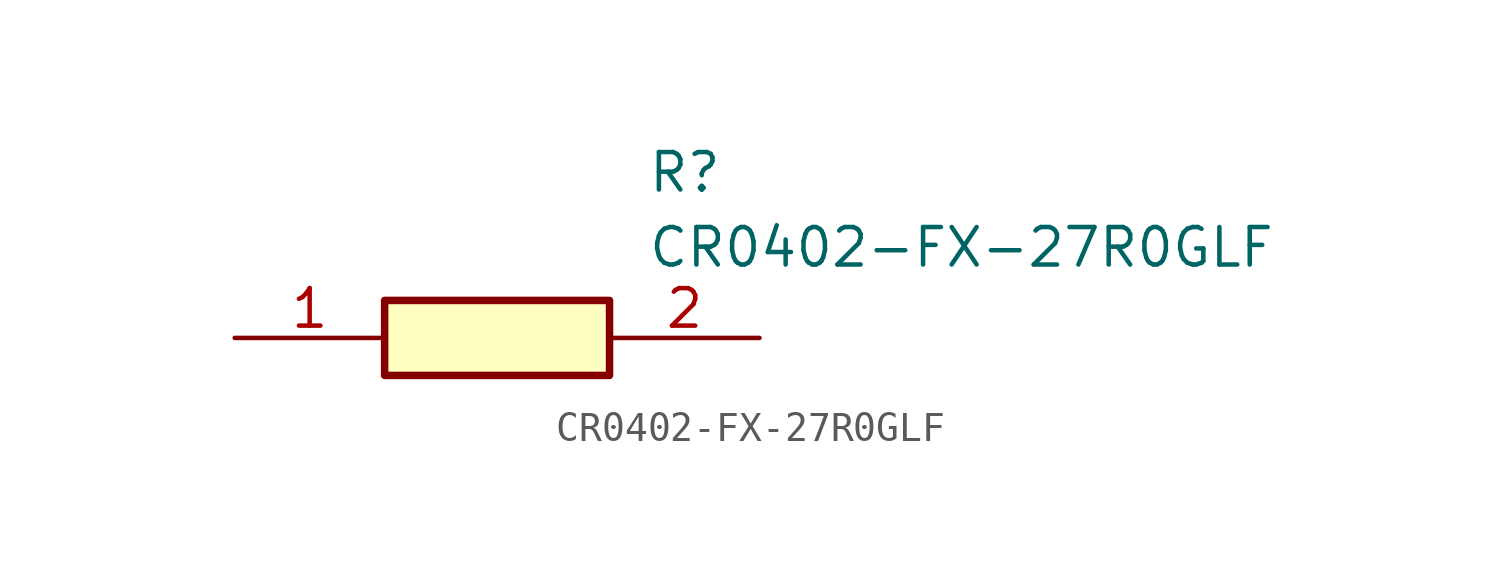
<source format=kicad_sym>
(kicad_symbol_lib
  (version 20211014)
  (generator SamacSys_ECAD_Model)
  (symbol "CR0402-FX-27R0GLF"
    (pin_names hide)
    (property "Reference" "R"
      (at 13.97 6.35 0)
      (effects (font (size 1.27 1.27)) (justify left top)))
    (property "Value" "CR0402-FX-27R0GLF"
      (at 13.97 3.81 0)
      (effects (font (size 1.27 1.27)) (justify left top)))
    (rectangle
      (start 5.08 1.27)
      (end 12.7 -1.27)
      (stroke (width 0.254) (type default))
      (fill (type background)))
    (pin passive line
      (at 0 0 0)
      (length 5.08)
      (name "1" (effects (font (size 1.27 1.27))))
      (number "1" (effects (font (size 1.27 1.27)))))
    (pin passive line
      (at 17.78 0 180)
      (length 5.08)
      (name "2" (effects (font (size 1.27 1.27))))
      (number "2" (effects (font (size 1.27 1.27)))))))
</source>
